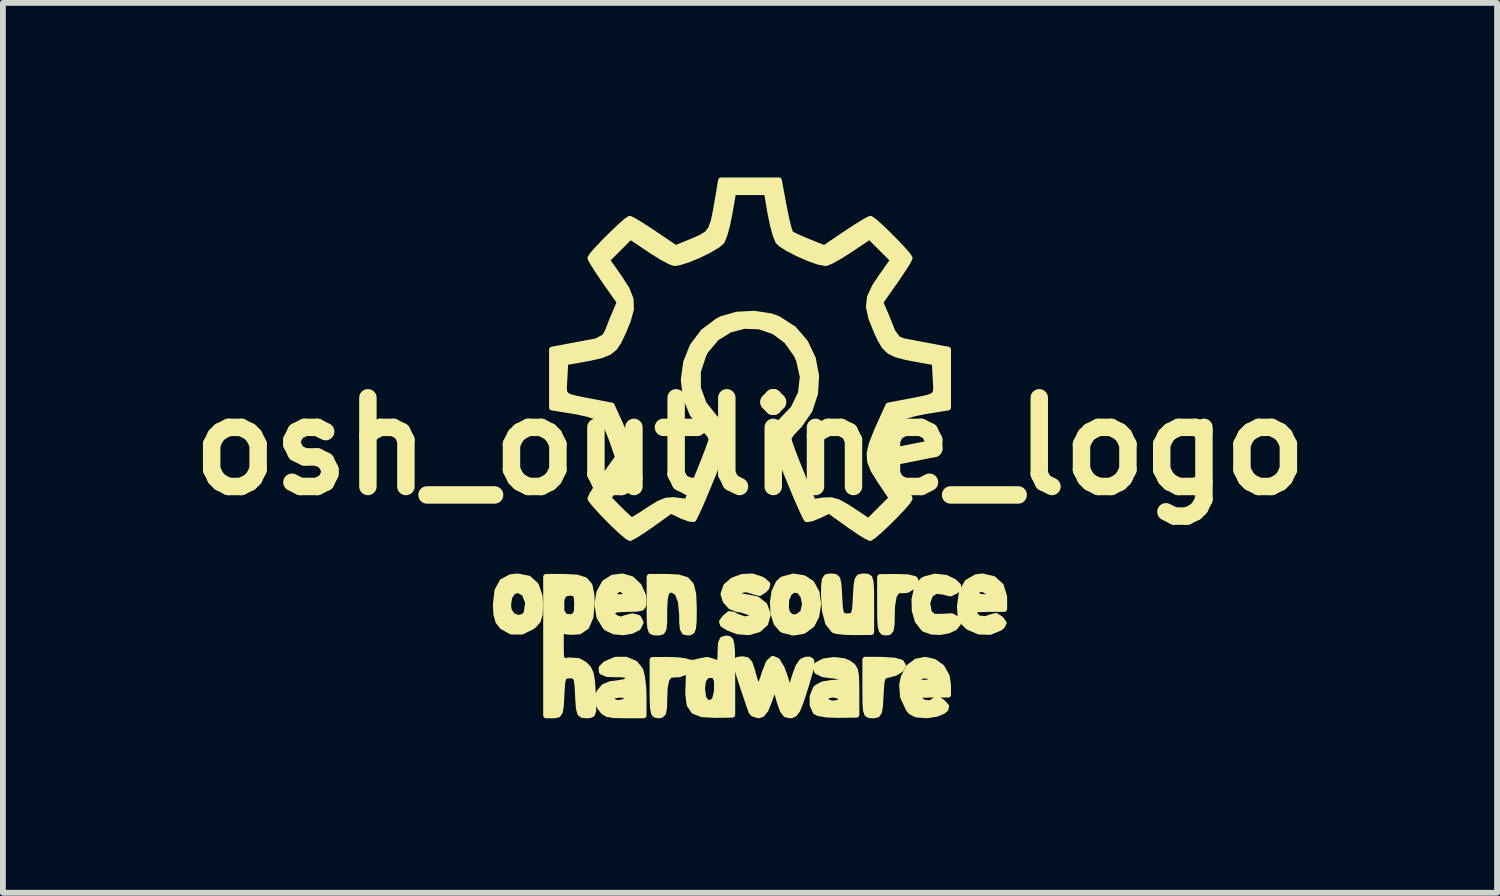
<source format=kicad_pcb>
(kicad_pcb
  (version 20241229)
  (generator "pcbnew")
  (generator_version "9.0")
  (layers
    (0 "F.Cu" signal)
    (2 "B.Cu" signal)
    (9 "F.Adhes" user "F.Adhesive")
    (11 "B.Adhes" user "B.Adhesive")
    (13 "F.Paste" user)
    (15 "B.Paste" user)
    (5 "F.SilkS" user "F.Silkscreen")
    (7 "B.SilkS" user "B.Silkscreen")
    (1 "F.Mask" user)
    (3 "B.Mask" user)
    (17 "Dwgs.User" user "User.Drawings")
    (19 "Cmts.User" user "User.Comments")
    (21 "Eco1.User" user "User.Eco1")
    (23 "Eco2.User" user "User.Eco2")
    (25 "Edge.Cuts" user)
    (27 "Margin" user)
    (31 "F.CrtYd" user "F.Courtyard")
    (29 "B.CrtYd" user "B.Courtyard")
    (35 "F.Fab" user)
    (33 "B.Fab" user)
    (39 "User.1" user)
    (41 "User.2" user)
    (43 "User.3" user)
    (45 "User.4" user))
  (footprint "osh_outline_logo"
    (layer "F.Cu")
    (at 9.841 4.622)
    (property "Reference" "osh_outline_logo" (at 0 0 0) (layer "F.SilkS") (effects (font (size 1.524 1.524) (thickness 0.3))))
    (attr through_hole)
    (fp_poly (pts (xy 2.856 2.334) (xy 2.797 2.41) (xy 2.697 2.469) (xy 2.624 2.474) (xy 2.532 2.476) (xy 2.472 2.567) (xy 2.442 2.751) (xy 2.438 2.88) (xy 2.435 3.056) (xy 2.42 3.152) (xy 2.386 3.193) (xy 2.337 3.2) (xy 2.289 3.193) (xy 2.26 3.158) (xy 2.243 3.077) (xy 2.236 2.931) (xy 2.235 2.723) (xy 2.235 2.246) (xy 2.502 2.243) (xy 2.715 2.25) (xy 2.832 2.28) (xy 2.856 2.334)) (stroke (width 0.1) (type solid)) (fill yes) (layer "F.SilkS"))
    (fp_poly (pts (xy 2.629 3.768) (xy 2.597 3.829) (xy 2.499 3.893) (xy 2.397 3.921) (xy 2.324 3.936) (xy 2.282 3.973) (xy 2.26 4.057) (xy 2.249 4.212) (xy 2.246 4.28) (xy 2.235 4.462) (xy 2.218 4.564) (xy 2.185 4.611) (xy 2.127 4.623) (xy 2.106 4.623) (xy 2.048 4.619) (xy 2.011 4.595) (xy 1.991 4.533) (xy 1.983 4.411) (xy 1.981 4.213) (xy 1.981 4.144) (xy 1.981 3.666) (xy 2.256 3.668) (xy 2.473 3.68) (xy 2.596 3.713) (xy 2.629 3.768)) (stroke (width 0.1) (type solid)) (fill yes) (layer "F.SilkS"))
    (fp_poly (pts (xy 3.579 2.396) (xy 3.577 2.446) (xy 3.534 2.486) (xy 3.442 2.529) (xy 3.328 2.499) (xy 3.195 2.482) (xy 3.095 2.549) (xy 3.049 2.684) (xy 3.049 2.709) (xy 3.075 2.86) (xy 3.159 2.929) (xy 3.312 2.927) (xy 3.315 2.927) (xy 3.467 2.919) (xy 3.551 2.966) (xy 3.573 3.046) (xy 3.518 3.114) (xy 3.409 3.165) (xy 3.27 3.191) (xy 3.127 3.185) (xy 3.002 3.142) (xy 2.982 3.128) (xy 2.882 2.999) (xy 2.83 2.82) (xy 2.826 2.625) (xy 2.868 2.446) (xy 2.957 2.314) (xy 2.998 2.286) (xy 3.176 2.238) (xy 3.367 2.258) (xy 3.505 2.326) (xy 3.579 2.396)) (stroke (width 0.1) (type solid)) (fill yes) (layer "F.SilkS"))
    (fp_poly (pts (xy 1.172 2.712) (xy 1.14 2.916) (xy 1.063 3.067) (xy 0.944 3.155) (xy 0.944 2.711) (xy 0.916 2.571) (xy 0.847 2.48) (xy 0.75 2.462) (xy 0.671 2.521) (xy 0.623 2.634) (xy 0.617 2.776) (xy 0.64 2.866) (xy 0.709 2.935) (xy 0.809 2.935) (xy 0.9 2.867) (xy 0.915 2.843) (xy 0.944 2.711) (xy 0.944 3.155) (xy 0.922 3.171) (xy 0.743 3.202) (xy 0.563 3.155) (xy 0.548 3.146) (xy 0.455 3.04) (xy 0.403 2.873) (xy 0.391 2.681) (xy 0.42 2.494) (xy 0.49 2.347) (xy 0.558 2.287) (xy 0.743 2.236) (xy 0.928 2.266) (xy 1.058 2.353) (xy 1.144 2.511) (xy 1.172 2.712)) (stroke (width 0.1) (type solid)) (fill yes) (layer "F.SilkS"))
    (fp_poly (pts (xy -3.607 2.716) (xy -3.614 2.886) (xy -3.645 2.993) (xy -3.713 3.072) (xy -3.741 3.095) (xy -3.813 3.131) (xy -3.813 2.687) (xy -3.87 2.54) (xy -3.888 2.52) (xy -3.988 2.467) (xy -4.077 2.497) (xy -4.139 2.592) (xy -4.158 2.732) (xy -4.144 2.823) (xy -4.082 2.914) (xy -3.982 2.949) (xy -3.885 2.924) (xy -3.841 2.866) (xy -3.813 2.687) (xy -3.813 3.131) (xy -3.922 3.185) (xy -4.104 3.183) (xy -4.258 3.097) (xy -4.327 3.007) (xy -4.361 2.885) (xy -4.369 2.716) (xy -4.342 2.48) (xy -4.259 2.326) (xy -4.115 2.248) (xy -3.997 2.235) (xy -3.806 2.272) (xy -3.68 2.384) (xy -3.616 2.574) (xy -3.607 2.716)) (stroke (width 0.1) (type solid)) (fill yes) (layer "F.SilkS"))
    (fp_poly (pts (xy -0.965 2.802) (xy -0.967 3.002) (xy -0.978 3.121) (xy -1.001 3.18) (xy -1.042 3.199) (xy -1.067 3.2) (xy -1.124 3.189) (xy -1.154 3.14) (xy -1.167 3.029) (xy -1.168 2.899) (xy -1.188 2.674) (xy -1.242 2.526) (xy -1.328 2.463) (xy -1.398 2.471) (xy -1.441 2.518) (xy -1.465 2.627) (xy -1.473 2.818) (xy -1.473 2.85) (xy -1.475 3.034) (xy -1.486 3.139) (xy -1.515 3.187) (xy -1.569 3.2) (xy -1.6 3.2) (xy -1.659 3.197) (xy -1.696 3.174) (xy -1.717 3.113) (xy -1.725 2.993) (xy -1.727 2.797) (xy -1.727 2.721) (xy -1.727 2.242) (xy -1.435 2.242) (xy -1.229 2.253) (xy -1.093 2.294) (xy -1.013 2.384) (xy -0.975 2.54) (xy -0.965 2.778) (xy -0.965 2.802)) (stroke (width 0.1) (type solid)) (fill yes) (layer "F.SilkS"))
    (fp_poly (pts (xy 2.083 3.192) (xy 1.789 3.194) (xy 1.62 3.189) (xy 1.491 3.174) (xy 1.441 3.16) (xy 1.342 3.037) (xy 1.285 2.824) (xy 1.27 2.569) (xy 1.272 2.39) (xy 1.285 2.29) (xy 1.316 2.246) (xy 1.374 2.235) (xy 1.395 2.235) (xy 1.461 2.242) (xy 1.5 2.276) (xy 1.52 2.361) (xy 1.532 2.519) (xy 1.534 2.578) (xy 1.545 2.76) (xy 1.562 2.863) (xy 1.594 2.909) (xy 1.653 2.921) (xy 1.676 2.921) (xy 1.744 2.915) (xy 1.783 2.881) (xy 1.804 2.798) (xy 1.815 2.642) (xy 1.818 2.578) (xy 1.829 2.396) (xy 1.846 2.294) (xy 1.879 2.247) (xy 1.937 2.235) (xy 1.958 2.235) (xy 2.016 2.239) (xy 2.053 2.263) (xy 2.072 2.325) (xy 2.081 2.447) (xy 2.083 2.645) (xy 2.083 2.714) (xy 2.083 3.192)) (stroke (width 0.1) (type solid)) (fill yes) (layer "F.SilkS"))
    (fp_poly (pts (xy -1.829 4.623) (xy -2.095 4.623) (xy -2.095 4.331) (xy -2.122 4.282) (xy -2.231 4.267) (xy -2.354 4.285) (xy -2.386 4.335) (xy -2.352 4.388) (xy -2.268 4.413) (xy -2.163 4.391) (xy -2.097 4.334) (xy -2.095 4.331) (xy -2.095 4.623) (xy -2.158 4.623) (xy -2.34 4.619) (xy -2.452 4.601) (xy -2.521 4.558) (xy -2.574 4.49) (xy -2.63 4.384) (xy -2.623 4.298) (xy -2.586 4.223) (xy -2.51 4.13) (xy -2.395 4.085) (xy -2.297 4.074) (xy -2.146 4.048) (xy -2.085 3.998) (xy -2.083 3.983) (xy -2.112 3.933) (xy -2.212 3.917) (xy -2.286 3.919) (xy -2.455 3.913) (xy -2.547 3.874) (xy -2.552 3.809) (xy -2.482 3.74) (xy -2.311 3.667) (xy -2.132 3.666) (xy -1.978 3.731) (xy -1.886 3.842) (xy -1.856 3.959) (xy -1.835 4.135) (xy -1.829 4.295) (xy -1.829 4.623)) (stroke (width 0.1) (type solid)) (fill yes) (layer "F.SilkS"))
    (fp_poly (pts (xy 0.305 2.896) (xy 0.262 3.044) (xy 0.147 3.146) (xy -0.017 3.194) (xy -0.209 3.181) (xy -0.373 3.118) (xy -0.467 3.06) (xy -0.482 3.013) (xy -0.431 2.945) (xy -0.357 2.882) (xy -0.285 2.892) (xy -0.23 2.925) (xy -0.092 2.973) (xy 0.005 2.953) (xy 0.127 2.906) (xy -0.016 2.85) (xy -0.142 2.809) (xy -0.228 2.794) (xy -0.334 2.751) (xy -0.423 2.649) (xy -0.457 2.536) (xy -0.412 2.404) (xy -0.296 2.303) (xy -0.137 2.244) (xy 0.037 2.235) (xy 0.199 2.287) (xy 0.232 2.308) (xy 0.299 2.37) (xy 0.284 2.426) (xy 0.247 2.466) (xy 0.164 2.521) (xy 0.069 2.498) (xy 0.053 2.49) (xy -0.068 2.455) (xy -0.165 2.474) (xy -0.203 2.538) (xy -0.159 2.576) (xy -0.062 2.591) (xy 0.12 2.629) (xy 0.249 2.73) (xy 0.304 2.877) (xy 0.305 2.896)) (stroke (width 0.1) (type solid)) (fill yes) (layer "F.SilkS"))
    (fp_poly (pts (xy 3.404 4.267) (xy 3.137 4.267) (xy 3.137 4) (xy 3.076 3.951) (xy 2.997 3.937) (xy 2.897 3.961) (xy 2.857 4) (xy 2.884 4.049) (xy 2.997 4.064) (xy 3.114 4.047) (xy 3.137 4) (xy 3.137 4.267) (xy 3.118 4.267) (xy 2.959 4.271) (xy 2.884 4.284) (xy 2.876 4.315) (xy 2.896 4.343) (xy 2.994 4.407) (xy 3.105 4.413) (xy 3.177 4.365) (xy 3.236 4.35) (xy 3.307 4.398) (xy 3.371 4.467) (xy 3.36 4.515) (xy 3.314 4.552) (xy 3.208 4.596) (xy 3.055 4.62) (xy 3.011 4.621) (xy 2.856 4.608) (xy 2.762 4.558) (xy 2.724 4.508) (xy 2.628 4.302) (xy 2.614 4.099) (xy 2.639 3.971) (xy 2.726 3.799) (xy 2.857 3.699) (xy 3.01 3.668) (xy 3.163 3.702) (xy 3.295 3.797) (xy 3.381 3.95) (xy 3.404 4.101) (xy 3.404 4.267)) (stroke (width 0.1) (type solid)) (fill yes) (layer "F.SilkS"))
    (fp_poly (pts (xy 4.369 2.794) (xy 4.15 2.794) (xy 4.15 2.562) (xy 4.104 2.508) (xy 4.007 2.454) (xy 3.941 2.455) (xy 3.866 2.507) (xy 3.88 2.558) (xy 3.974 2.588) (xy 4.024 2.591) (xy 4.131 2.586) (xy 4.15 2.562) (xy 4.15 2.794) (xy 4.091 2.794) (xy 3.929 2.799) (xy 3.851 2.819) (xy 3.838 2.859) (xy 3.841 2.866) (xy 3.921 2.955) (xy 4.047 2.969) (xy 4.124 2.941) (xy 4.226 2.914) (xy 4.309 2.966) (xy 4.36 3.034) (xy 4.333 3.087) (xy 4.29 3.122) (xy 4.125 3.189) (xy 3.933 3.183) (xy 3.756 3.106) (xy 3.741 3.095) (xy 3.655 3.009) (xy 3.616 2.901) (xy 3.607 2.746) (xy 3.639 2.507) (xy 3.734 2.338) (xy 3.885 2.249) (xy 3.991 2.235) (xy 4.182 2.278) (xy 4.312 2.397) (xy 4.368 2.58) (xy 4.369 2.616) (xy 4.369 2.794)) (stroke (width 0.1) (type solid)) (fill yes) (layer "F.SilkS"))
    (fp_poly (pts (xy 1.829 4.612) (xy 1.575 4.615) (xy 1.575 4.343) (xy 1.533 4.29) (xy 1.441 4.266) (xy 1.345 4.278) (xy 1.3 4.311) (xy 1.299 4.377) (xy 1.385 4.415) (xy 1.456 4.42) (xy 1.552 4.392) (xy 1.575 4.343) (xy 1.575 4.615) (xy 1.508 4.616) (xy 1.319 4.61) (xy 1.18 4.586) (xy 1.127 4.561) (xy 1.075 4.448) (xy 1.075 4.3) (xy 1.126 4.169) (xy 1.147 4.144) (xy 1.254 4.089) (xy 1.413 4.064) (xy 1.43 4.064) (xy 1.569 4.052) (xy 1.615 4.015) (xy 1.612 4) (xy 1.552 3.958) (xy 1.432 3.938) (xy 1.408 3.937) (xy 1.256 3.917) (xy 1.155 3.868) (xy 1.125 3.801) (xy 1.15 3.757) (xy 1.272 3.694) (xy 1.441 3.671) (xy 1.61 3.69) (xy 1.701 3.728) (xy 1.765 3.779) (xy 1.804 3.841) (xy 1.822 3.943) (xy 1.828 4.108) (xy 1.829 4.212) (xy 1.829 4.612)) (stroke (width 0.1) (type solid)) (fill yes) (layer "F.SilkS"))
    (fp_poly (pts (xy -1.829 2.648) (xy -1.834 2.732) (xy -1.866 2.775) (xy -1.951 2.791) (xy -2.097 2.794) (xy -2.097 2.565) (xy -2.143 2.509) (xy -2.148 2.504) (xy -2.22 2.445) (xy -2.278 2.462) (xy -2.322 2.504) (xy -2.372 2.562) (xy -2.352 2.586) (xy -2.246 2.591) (xy -2.235 2.591) (xy -2.123 2.587) (xy -2.097 2.565) (xy -2.097 2.794) (xy -2.108 2.794) (xy -2.289 2.803) (xy -2.374 2.834) (xy -2.369 2.889) (xy -2.315 2.944) (xy -2.22 2.978) (xy -2.141 2.95) (xy -2.02 2.92) (xy -1.921 2.948) (xy -1.88 3.026) (xy -1.88 3.026) (xy -1.923 3.114) (xy -2.035 3.172) (xy -2.182 3.196) (xy -2.335 3.181) (xy -2.462 3.123) (xy -2.484 3.104) (xy -2.589 2.933) (xy -2.624 2.717) (xy -2.591 2.514) (xy -2.5 2.345) (xy -2.359 2.256) (xy -2.191 2.235) (xy -2.036 2.281) (xy -1.91 2.401) (xy -1.837 2.566) (xy -1.829 2.648)) (stroke (width 0.1) (type solid)) (fill yes) (layer "F.SilkS"))
    (fp_poly (pts (xy 1.056 3.752) (xy 1.03 3.876) (xy 0.972 4.073) (xy 0.934 4.196) (xy 0.866 4.404) (xy 0.813 4.532) (xy 0.764 4.598) (xy 0.71 4.622) (xy 0.687 4.623) (xy 0.615 4.606) (xy 0.562 4.539) (xy 0.513 4.4) (xy 0.5 4.356) (xy 0.427 4.089) (xy 0.336 4.356) (xy 0.27 4.522) (xy 0.206 4.604) (xy 0.147 4.623) (xy 0.054 4.594) (xy 0.024 4.559) (xy -0.029 4.408) (xy -0.091 4.225) (xy -0.154 4.036) (xy -0.207 3.867) (xy -0.243 3.746) (xy -0.254 3.7) (xy -0.211 3.668) (xy -0.132 3.658) (xy -0.055 3.672) (xy -0.005 3.731) (xy 0.038 3.859) (xy 0.051 3.911) (xy 0.092 4.05) (xy 0.131 4.131) (xy 0.15 4.141) (xy 0.186 4.082) (xy 0.232 3.959) (xy 0.254 3.888) (xy 0.319 3.719) (xy 0.392 3.651) (xy 0.468 3.684) (xy 0.546 3.816) (xy 0.594 3.946) (xy 0.685 4.234) (xy 0.767 3.959) (xy 0.829 3.787) (xy 0.892 3.697) (xy 0.958 3.667) (xy 1.02 3.664) (xy 1.053 3.687) (xy 1.056 3.752)) (stroke (width 0.1) (type solid)) (fill yes) (layer "F.SilkS"))
    (fp_poly (pts (xy -0.305 4.612) (xy -0.569 4.616) (xy -0.569 4.177) (xy -0.569 4.026) (xy -0.604 3.949) (xy -0.635 3.93) (xy -0.739 3.931) (xy -0.805 4.017) (xy -0.824 4.163) (xy -0.802 4.327) (xy -0.744 4.404) (xy -0.668 4.409) (xy -0.606 4.359) (xy -0.573 4.227) (xy -0.569 4.177) (xy -0.569 4.616) (xy -0.603 4.616) (xy -0.824 4.604) (xy -0.965 4.55) (xy -1.04 4.439) (xy -1.063 4.254) (xy -1.059 4.122) (xy -1.053 3.956) (xy -1.061 3.875) (xy -1.087 3.861) (xy -1.113 3.878) (xy -1.22 3.92) (xy -1.285 3.92) (xy -1.378 3.929) (xy -1.436 4.002) (xy -1.466 4.152) (xy -1.472 4.331) (xy -1.477 4.497) (xy -1.495 4.585) (xy -1.534 4.619) (xy -1.575 4.623) (xy -1.622 4.615) (xy -1.652 4.581) (xy -1.668 4.499) (xy -1.675 4.353) (xy -1.676 4.147) (xy -1.676 3.671) (xy -1.406 3.669) (xy -1.24 3.675) (xy -1.111 3.693) (xy -1.068 3.708) (xy -0.973 3.721) (xy -0.881 3.696) (xy -0.735 3.669) (xy -0.635 3.699) (xy -0.557 3.729) (xy -0.52 3.712) (xy -0.509 3.626) (xy -0.508 3.53) (xy -0.501 3.387) (xy -0.473 3.32) (xy -0.413 3.302) (xy -0.406 3.302) (xy -0.365 3.308) (xy -0.336 3.335) (xy -0.319 3.402) (xy -0.309 3.522) (xy -0.305 3.714) (xy -0.305 3.957) (xy -0.305 4.612)) (stroke (width 0.1) (type solid)) (fill yes) (layer "F.SilkS"))
    (fp_poly (pts (xy -2.692 4.432) (xy -2.695 4.547) (xy -2.715 4.603) (xy -2.758 4.621) (xy -2.812 4.623) (xy -2.881 4.617) (xy -2.921 4.585) (xy -2.942 4.503) (xy -2.954 4.35) (xy -2.957 4.28) (xy -2.967 4.098) (xy -2.984 3.995) (xy -3.017 3.949) (xy -3.075 3.937) (xy -3.099 3.937) (xy -3.166 3.943) (xy -3.206 3.977) (xy -3.227 4.06) (xy -3.238 4.216) (xy -3.241 4.28) (xy -3.251 4.462) (xy -3.268 4.564) (xy -3.301 4.611) (xy -3.359 4.623) (xy -3.381 4.623) (xy -3.505 4.623) (xy -3.505 3.433) (xy -3.505 2.243) (xy -3.206 2.242) (xy -2.98 2.253) (xy -2.836 2.298) (xy -2.757 2.393) (xy -2.724 2.556) (xy -2.72 2.681) (xy -2.741 2.933) (xy -2.812 3.098) (xy -2.934 3.181) (xy -2.972 3.183) (xy -2.972 2.718) (xy -2.979 2.587) (xy -3.011 2.529) (xy -3.088 2.515) (xy -3.099 2.515) (xy -3.195 2.536) (xy -3.237 2.62) (xy -3.242 2.659) (xy -3.241 2.833) (xy -3.185 2.923) (xy -3.086 2.937) (xy -3.011 2.911) (xy -2.978 2.84) (xy -2.972 2.718) (xy -2.972 3.183) (xy -3.085 3.189) (xy -3.251 3.17) (xy -3.251 3.438) (xy -3.249 3.593) (xy -3.232 3.669) (xy -3.189 3.689) (xy -3.11 3.678) (xy -2.946 3.689) (xy -2.844 3.749) (xy -2.779 3.815) (xy -2.739 3.899) (xy -2.715 4.03) (xy -2.701 4.235) (xy -2.701 4.236) (xy -2.692 4.432)) (stroke (width 0.1) (type solid)) (fill yes) (layer "F.SilkS"))
    (fp_poly (pts (xy 3.404 -0.668) (xy 3.199 -0.635) (xy 3.199 -1.003) (xy 3.192 -1.121) (xy 3.19 -1.156) (xy 3.175 -1.445) (xy 2.946 -1.485) (xy 2.691 -1.533) (xy 2.514 -1.579) (xy 2.394 -1.637) (xy 2.309 -1.721) (xy 2.237 -1.844) (xy 2.181 -1.964) (xy 2.083 -2.207) (xy 2.042 -2.397) (xy 2.06 -2.563) (xy 2.14 -2.738) (xy 2.246 -2.899) (xy 2.46 -3.203) (xy 2.258 -3.405) (xy 2.056 -3.607) (xy 1.715 -3.378) (xy 1.546 -3.271) (xy 1.402 -3.19) (xy 1.31 -3.151) (xy 1.298 -3.15) (xy 1.179 -3.172) (xy 1.012 -3.231) (xy 0.828 -3.311) (xy 0.657 -3.399) (xy 0.53 -3.48) (xy 0.484 -3.525) (xy 0.442 -3.627) (xy 0.395 -3.795) (xy 0.354 -3.992) (xy 0.352 -4) (xy 0.289 -4.369) (xy 0 -4.369) (xy -0.289 -4.369) (xy -0.353 -4) (xy -0.393 -3.803) (xy -0.44 -3.633) (xy -0.483 -3.527) (xy -0.484 -3.525) (xy -0.562 -3.457) (xy -0.706 -3.372) (xy -0.884 -3.285) (xy -1.066 -3.21) (xy -1.222 -3.161) (xy -1.298 -3.15) (xy -1.374 -3.177) (xy -1.508 -3.248) (xy -1.673 -3.35) (xy -1.715 -3.378) (xy -2.056 -3.607) (xy -2.258 -3.405) (xy -2.46 -3.203) (xy -2.246 -2.899) (xy -2.117 -2.697) (xy -2.051 -2.526) (xy -2.046 -2.357) (xy -2.1 -2.158) (xy -2.181 -1.964) (xy -2.257 -1.804) (xy -2.33 -1.694) (xy -2.423 -1.619) (xy -2.557 -1.566) (xy -2.754 -1.52) (xy -2.946 -1.485) (xy -3.175 -1.445) (xy -3.19 -1.156) (xy -3.198 -1.026) (xy -3.195 -0.939) (xy -3.165 -0.884) (xy -3.089 -0.846) (xy -2.952 -0.812) (xy -2.737 -0.771) (xy -2.674 -0.759) (xy -2.377 -0.702) (xy -2.225 -0.367) (xy -2.12 -0.121) (xy -2.063 0.063) (xy -2.055 0.212) (xy -2.096 0.354) (xy -2.186 0.514) (xy -2.232 0.583) (xy -2.436 0.887) (xy -2.249 1.078) (xy -2.139 1.186) (xy -2.059 1.256) (xy -2.034 1.27) (xy -1.98 1.244) (xy -1.868 1.175) (xy -1.733 1.086) (xy -1.565 0.982) (xy -1.439 0.932) (xy -1.32 0.923) (xy -1.271 0.928) (xy -1.083 0.953) (xy -0.871 0.439) (xy -0.786 0.225) (xy -0.716 0.043) (xy -0.672 -0.083) (xy -0.66 -0.131) (xy -0.695 -0.199) (xy -0.778 -0.295) (xy -0.792 -0.309) (xy -0.989 -0.556) (xy -1.104 -0.84) (xy -1.14 -1.143) (xy -1.099 -1.444) (xy -0.986 -1.726) (xy -0.802 -1.97) (xy -0.552 -2.157) (xy -0.485 -2.19) (xy -0.223 -2.265) (xy 0.076 -2.28) (xy 0.362 -2.235) (xy 0.485 -2.19) (xy 0.751 -2.018) (xy 0.95 -1.786) (xy 1.08 -1.511) (xy 1.137 -1.212) (xy 1.119 -0.909) (xy 1.023 -0.619) (xy 0.845 -0.361) (xy 0.792 -0.309) (xy 0.704 -0.212) (xy 0.661 -0.137) (xy 0.66 -0.131) (xy 0.679 -0.064) (xy 0.728 0.075) (xy 0.801 0.264) (xy 0.871 0.439) (xy 1.083 0.953) (xy 1.27 0.928) (xy 1.391 0.924) (xy 1.508 0.956) (xy 1.654 1.035) (xy 1.748 1.096) (xy 2.038 1.288) (xy 2.238 1.088) (xy 2.437 0.889) (xy 2.232 0.584) (xy 2.123 0.41) (xy 2.064 0.264) (xy 2.054 0.122) (xy 2.093 -0.046) (xy 2.18 -0.266) (xy 2.225 -0.367) (xy 2.377 -0.702) (xy 2.674 -0.759) (xy 2.91 -0.804) (xy 3.063 -0.838) (xy 3.152 -0.874) (xy 3.191 -0.924) (xy 3.199 -1.003) (xy 3.199 -0.635) (xy 3.014 -0.605) (xy 2.817 -0.565) (xy 2.652 -0.516) (xy 2.552 -0.468) (xy 2.544 -0.461) (xy 2.484 -0.37) (xy 2.413 -0.219) (xy 2.367 -0.096) (xy 2.27 0.188) (xy 2.507 0.52) (xy 2.617 0.68) (xy 2.7 0.811) (xy 2.741 0.888) (xy 2.743 0.897) (xy 2.709 0.952) (xy 2.62 1.055) (xy 2.496 1.186) (xy 2.358 1.323) (xy 2.226 1.447) (xy 2.121 1.538) (xy 2.063 1.575) (xy 2.062 1.575) (xy 2.004 1.547) (xy 1.886 1.474) (xy 1.731 1.369) (xy 1.69 1.34) (xy 1.36 1.104) (xy 1.185 1.188) (xy 1.063 1.237) (xy 0.982 1.252) (xy 0.973 1.25) (xy 0.943 1.197) (xy 0.883 1.067) (xy 0.799 0.876) (xy 0.7 0.639) (xy 0.635 0.481) (xy 0.333 -0.265) (xy 0.525 -0.419) (xy 0.746 -0.651) (xy 0.874 -0.914) (xy 0.906 -1.196) (xy 0.84 -1.487) (xy 0.8 -1.576) (xy 0.63 -1.814) (xy 0.412 -1.976) (xy 0.163 -2.061) (xy -0.098 -2.071) (xy -0.351 -2.004) (xy -0.579 -1.862) (xy -0.763 -1.643) (xy -0.8 -1.576) (xy -0.896 -1.285) (xy -0.894 -0.999) (xy -0.795 -0.73) (xy -0.602 -0.487) (xy -0.525 -0.419) (xy -0.333 -0.265) (xy -0.635 0.481) (xy -0.741 0.737) (xy -0.834 0.958) (xy -0.91 1.127) (xy -0.959 1.228) (xy -0.973 1.25) (xy -1.038 1.244) (xy -1.153 1.202) (xy -1.185 1.188) (xy -1.36 1.104) (xy -1.69 1.34) (xy -1.85 1.45) (xy -1.98 1.533) (xy -2.057 1.573) (xy -2.065 1.575) (xy -2.119 1.541) (xy -2.225 1.45) (xy -2.363 1.32) (xy -2.427 1.256) (xy -2.568 1.109) (xy -2.677 0.987) (xy -2.737 0.909) (xy -2.743 0.894) (xy -2.716 0.835) (xy -2.642 0.717) (xy -2.537 0.563) (xy -2.507 0.52) (xy -2.27 0.188) (xy -2.367 -0.096) (xy -2.433 -0.266) (xy -2.503 -0.404) (xy -2.544 -0.461) (xy -2.632 -0.508) (xy -2.788 -0.557) (xy -2.983 -0.6) (xy -3.014 -0.605) (xy -3.404 -0.668) (xy -3.404 -1.165) (xy -3.404 -1.663) (xy -3.086 -1.723) (xy -2.894 -1.759) (xy -2.723 -1.791) (xy -2.633 -1.809) (xy -2.5 -1.882) (xy -2.447 -1.972) (xy -2.393 -2.113) (xy -2.326 -2.276) (xy -2.318 -2.293) (xy -2.239 -2.478) (xy -2.491 -2.837) (xy -2.605 -3.004) (xy -2.692 -3.14) (xy -2.739 -3.224) (xy -2.743 -3.238) (xy -2.709 -3.291) (xy -2.62 -3.392) (xy -2.497 -3.522) (xy -2.36 -3.658) (xy -2.229 -3.782) (xy -2.125 -3.874) (xy -2.068 -3.911) (xy -2.066 -3.912) (xy -2.009 -3.885) (xy -1.89 -3.814) (xy -1.73 -3.711) (xy -1.653 -3.659) (xy -1.279 -3.407) (xy -0.986 -3.526) (xy -0.838 -3.591) (xy -0.737 -3.655) (xy -0.671 -3.741) (xy -0.624 -3.872) (xy -0.584 -4.069) (xy -0.561 -4.204) (xy -0.499 -4.572) (xy -0.001 -4.572) (xy 0.497 -4.572) (xy 0.579 -4.13) (xy 0.62 -3.928) (xy 0.659 -3.767) (xy 0.69 -3.671) (xy 0.699 -3.656) (xy 0.764 -3.62) (xy 0.892 -3.563) (xy 1.007 -3.515) (xy 1.278 -3.406) (xy 1.653 -3.659) (xy 1.824 -3.772) (xy 1.965 -3.858) (xy 2.053 -3.906) (xy 2.069 -3.912) (xy 2.122 -3.877) (xy 2.224 -3.789) (xy 2.353 -3.665) (xy 2.49 -3.528) (xy 2.614 -3.398) (xy 2.705 -3.294) (xy 2.743 -3.237) (xy 2.743 -3.235) (xy 2.716 -3.179) (xy 2.643 -3.061) (xy 2.537 -2.904) (xy 2.491 -2.837) (xy 2.239 -2.478) (xy 2.318 -2.293) (xy 2.385 -2.132) (xy 2.442 -1.985) (xy 2.447 -1.972) (xy 2.54 -1.847) (xy 2.633 -1.809) (xy 2.756 -1.785) (xy 2.935 -1.751) (xy 3.086 -1.723) (xy 3.404 -1.663) (xy 3.404 -1.165) (xy 3.404 -0.668)) (stroke (width 0.1) (type solid)) (fill yes) (layer "F.SilkS")))
  (gr_rect
    (start -3 -3)
    (end 22.681 12.295)
    (stroke (width 0.1) (type default))
    (fill no)
    (layer "Edge.Cuts")))
</source>
